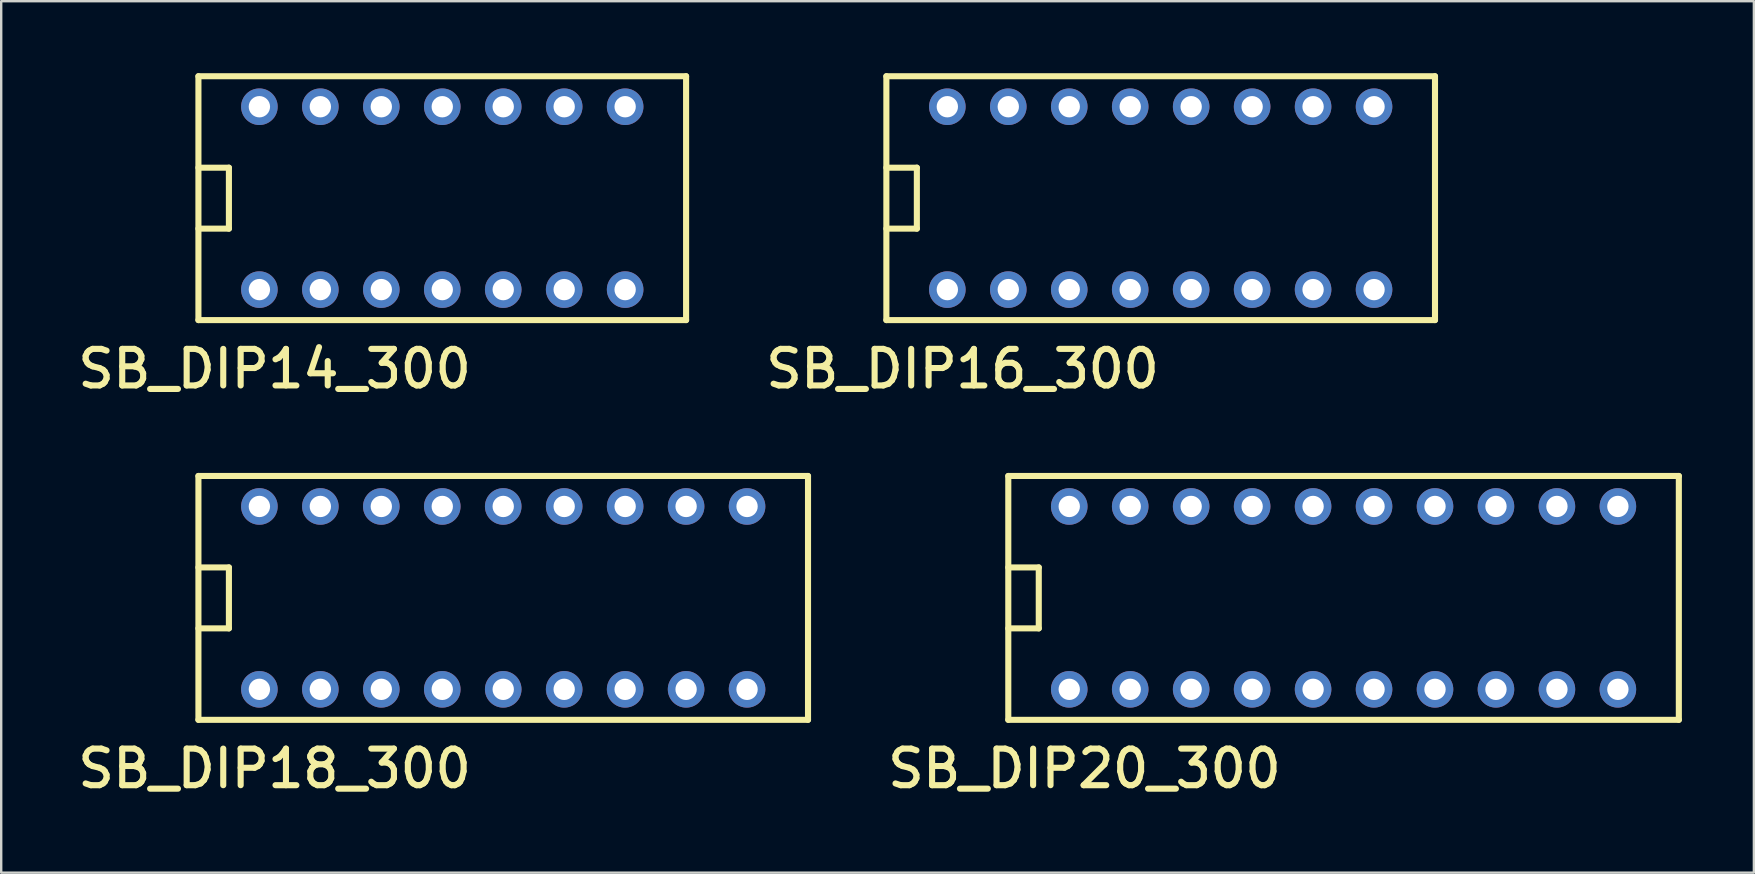
<source format=kicad_pcb>
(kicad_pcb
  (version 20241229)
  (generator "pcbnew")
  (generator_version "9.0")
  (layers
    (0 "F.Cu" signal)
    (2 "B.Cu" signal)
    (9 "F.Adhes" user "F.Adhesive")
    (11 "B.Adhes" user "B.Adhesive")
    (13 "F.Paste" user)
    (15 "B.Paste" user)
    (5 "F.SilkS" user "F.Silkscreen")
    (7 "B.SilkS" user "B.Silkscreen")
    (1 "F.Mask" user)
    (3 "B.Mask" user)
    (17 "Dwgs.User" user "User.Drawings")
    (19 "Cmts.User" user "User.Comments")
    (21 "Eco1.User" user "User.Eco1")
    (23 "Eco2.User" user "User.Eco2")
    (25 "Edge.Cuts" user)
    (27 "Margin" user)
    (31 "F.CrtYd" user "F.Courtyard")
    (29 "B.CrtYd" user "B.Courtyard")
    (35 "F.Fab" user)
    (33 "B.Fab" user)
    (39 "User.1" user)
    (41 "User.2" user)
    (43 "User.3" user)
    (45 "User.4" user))
  (footprint "SB_DIP14_300"
    (layer "F.Cu")
    (at 7.758 9.017)
    (property "Reference" "SB_DIP14_300" (at 0.635 3.302 0) (layer "F.SilkS") (effects (font (size 1.524 1.524) (thickness 0.254))))
    (attr through_hole)
    (fp_line (start -2.54 -8.89) (end -2.54 1.27) (stroke (width 0.254) (type solid)) (layer "F.SilkS"))
    (fp_line (start -2.54 -2.54) (end -1.27 -2.54) (stroke (width 0.254) (type solid)) (layer "F.SilkS"))
    (fp_line (start -2.54 1.27) (end 17.78 1.27) (stroke (width 0.254) (type solid)) (layer "F.SilkS"))
    (fp_line (start -1.27 -5.08) (end -2.54 -5.08) (stroke (width 0.254) (type solid)) (layer "F.SilkS"))
    (fp_line (start -1.27 -2.54) (end -1.27 -5.08) (stroke (width 0.254) (type solid)) (layer "F.SilkS"))
    (fp_line (start 17.78 -8.89) (end -2.54 -8.89) (stroke (width 0.254) (type solid)) (layer "F.SilkS"))
    (fp_line (start 17.78 1.27) (end 17.78 -8.89) (stroke (width 0.254) (type solid)) (layer "F.SilkS"))
    (pad "1" thru_hole circle (at 0 0) (size 1.524 1.524) (drill 0.889) (layers "*.Cu" "*.Mask"))
    (pad "2" thru_hole circle (at 2.54 0) (size 1.524 1.524) (drill 0.889) (layers "*.Cu" "*.Mask"))
    (pad "3" thru_hole circle (at 5.08 0) (size 1.524 1.524) (drill 0.889) (layers "*.Cu" "*.Mask"))
    (pad "4" thru_hole circle (at 7.62 0) (size 1.524 1.524) (drill 0.889) (layers "*.Cu" "*.Mask"))
    (pad "5" thru_hole circle (at 10.16 0) (size 1.524 1.524) (drill 0.889) (layers "*.Cu" "*.Mask"))
    (pad "6" thru_hole circle (at 12.7 0) (size 1.524 1.524) (drill 0.889) (layers "*.Cu" "*.Mask"))
    (pad "7" thru_hole circle (at 15.24 0) (size 1.524 1.524) (drill 0.889) (layers "*.Cu" "*.Mask"))
    (pad "8" thru_hole circle (at 15.24 -7.62) (size 1.524 1.524) (drill 0.889) (layers "*.Cu" "*.Mask"))
    (pad "9" thru_hole circle (at 12.7 -7.62) (size 1.524 1.524) (drill 0.889) (layers "*.Cu" "*.Mask"))
    (pad "10" thru_hole circle (at 10.16 -7.62) (size 1.524 1.524) (drill 0.889) (layers "*.Cu" "*.Mask"))
    (pad "11" thru_hole circle (at 7.62 -7.62) (size 1.524 1.524) (drill 0.889) (layers "*.Cu" "*.Mask"))
    (pad "12" thru_hole circle (at 5.08 -7.62) (size 1.524 1.524) (drill 0.889) (layers "*.Cu" "*.Mask"))
    (pad "13" thru_hole circle (at 2.54 -7.62) (size 1.524 1.524) (drill 0.889) (layers "*.Cu" "*.Mask"))
    (pad "14" thru_hole circle (at 0 -7.62) (size 1.524 1.524) (drill 0.889) (layers "*.Cu" "*.Mask")))
  (footprint "SB_DIP18_300"
    (layer "F.Cu")
    (at 7.758 25.673)
    (property "Reference" "SB_DIP18_300" (at 0.635 3.302 0) (layer "F.SilkS") (effects (font (size 1.524 1.524) (thickness 0.254))))
    (attr through_hole)
    (fp_line (start -2.54 -8.89) (end -2.54 1.27) (stroke (width 0.254) (type solid)) (layer "F.SilkS"))
    (fp_line (start -2.54 -2.54) (end -1.27 -2.54) (stroke (width 0.254) (type solid)) (layer "F.SilkS"))
    (fp_line (start -2.54 1.27) (end 22.86 1.27) (stroke (width 0.254) (type solid)) (layer "F.SilkS"))
    (fp_line (start -1.27 -5.08) (end -2.54 -5.08) (stroke (width 0.254) (type solid)) (layer "F.SilkS"))
    (fp_line (start -1.27 -2.54) (end -1.27 -5.08) (stroke (width 0.254) (type solid)) (layer "F.SilkS"))
    (fp_line (start 22.86 -8.89) (end -2.54 -8.89) (stroke (width 0.254) (type solid)) (layer "F.SilkS"))
    (fp_line (start 22.86 1.27) (end 22.86 -8.89) (stroke (width 0.254) (type solid)) (layer "F.SilkS"))
    (pad "1" thru_hole circle (at 0 0) (size 1.524 1.524) (drill 0.889) (layers "*.Cu" "*.Mask"))
    (pad "2" thru_hole circle (at 2.54 0) (size 1.524 1.524) (drill 0.889) (layers "*.Cu" "*.Mask"))
    (pad "3" thru_hole circle (at 5.08 0) (size 1.524 1.524) (drill 0.889) (layers "*.Cu" "*.Mask"))
    (pad "4" thru_hole circle (at 7.62 0) (size 1.524 1.524) (drill 0.889) (layers "*.Cu" "*.Mask"))
    (pad "5" thru_hole circle (at 10.16 0) (size 1.524 1.524) (drill 0.889) (layers "*.Cu" "*.Mask"))
    (pad "6" thru_hole circle (at 12.7 0) (size 1.524 1.524) (drill 0.889) (layers "*.Cu" "*.Mask"))
    (pad "7" thru_hole circle (at 15.24 0) (size 1.524 1.524) (drill 0.889) (layers "*.Cu" "*.Mask"))
    (pad "8" thru_hole circle (at 17.78 0) (size 1.524 1.524) (drill 0.889) (layers "*.Cu" "*.Mask"))
    (pad "9" thru_hole circle (at 20.32 0) (size 1.524 1.524) (drill 0.889) (layers "*.Cu" "*.Mask"))
    (pad "10" thru_hole circle (at 20.32 -7.62) (size 1.524 1.524) (drill 0.889) (layers "*.Cu" "*.Mask"))
    (pad "11" thru_hole circle (at 17.78 -7.62) (size 1.524 1.524) (drill 0.889) (layers "*.Cu" "*.Mask"))
    (pad "12" thru_hole circle (at 15.24 -7.62) (size 1.524 1.524) (drill 0.889) (layers "*.Cu" "*.Mask"))
    (pad "13" thru_hole circle (at 12.7 -7.62) (size 1.524 1.524) (drill 0.889) (layers "*.Cu" "*.Mask"))
    (pad "14" thru_hole circle (at 10.16 -7.62) (size 1.524 1.524) (drill 0.889) (layers "*.Cu" "*.Mask"))
    (pad "15" thru_hole circle (at 7.62 -7.62) (size 1.524 1.524) (drill 0.889) (layers "*.Cu" "*.Mask"))
    (pad "16" thru_hole circle (at 5.08 -7.62) (size 1.524 1.524) (drill 0.889) (layers "*.Cu" "*.Mask"))
    (pad "17" thru_hole circle (at 2.54 -7.62) (size 1.524 1.524) (drill 0.889) (layers "*.Cu" "*.Mask"))
    (pad "18" thru_hole circle (at 0 -7.62) (size 1.524 1.524) (drill 0.889) (layers "*.Cu" "*.Mask")))
  (footprint "SB_DIP16_300"
    (layer "F.Cu")
    (at 36.423 9.017)
    (property "Reference" "SB_DIP16_300" (at 0.635 3.302 0) (layer "F.SilkS") (effects (font (size 1.524 1.524) (thickness 0.254))))
    (attr through_hole)
    (fp_line (start -2.54 -8.89) (end -2.54 1.27) (stroke (width 0.254) (type solid)) (layer "F.SilkS"))
    (fp_line (start -2.54 -2.54) (end -1.27 -2.54) (stroke (width 0.254) (type solid)) (layer "F.SilkS"))
    (fp_line (start -2.54 1.27) (end 20.32 1.27) (stroke (width 0.254) (type solid)) (layer "F.SilkS"))
    (fp_line (start -1.27 -5.08) (end -2.54 -5.08) (stroke (width 0.254) (type solid)) (layer "F.SilkS"))
    (fp_line (start -1.27 -2.54) (end -1.27 -5.08) (stroke (width 0.254) (type solid)) (layer "F.SilkS"))
    (fp_line (start 20.32 -8.89) (end -2.54 -8.89) (stroke (width 0.254) (type solid)) (layer "F.SilkS"))
    (fp_line (start 20.32 1.27) (end 20.32 -8.89) (stroke (width 0.254) (type solid)) (layer "F.SilkS"))
    (pad "1" thru_hole circle (at 0 0) (size 1.524 1.524) (drill 0.889) (layers "*.Cu" "*.Mask"))
    (pad "2" thru_hole circle (at 2.54 0) (size 1.524 1.524) (drill 0.889) (layers "*.Cu" "*.Mask"))
    (pad "3" thru_hole circle (at 5.08 0) (size 1.524 1.524) (drill 0.889) (layers "*.Cu" "*.Mask"))
    (pad "4" thru_hole circle (at 7.62 0) (size 1.524 1.524) (drill 0.889) (layers "*.Cu" "*.Mask"))
    (pad "5" thru_hole circle (at 10.16 0) (size 1.524 1.524) (drill 0.889) (layers "*.Cu" "*.Mask"))
    (pad "6" thru_hole circle (at 12.7 0) (size 1.524 1.524) (drill 0.889) (layers "*.Cu" "*.Mask"))
    (pad "7" thru_hole circle (at 15.24 0) (size 1.524 1.524) (drill 0.889) (layers "*.Cu" "*.Mask"))
    (pad "8" thru_hole circle (at 17.78 0) (size 1.524 1.524) (drill 0.889) (layers "*.Cu" "*.Mask"))
    (pad "9" thru_hole circle (at 17.78 -7.62) (size 1.524 1.524) (drill 0.889) (layers "*.Cu" "*.Mask"))
    (pad "10" thru_hole circle (at 15.24 -7.62) (size 1.524 1.524) (drill 0.889) (layers "*.Cu" "*.Mask"))
    (pad "11" thru_hole circle (at 12.7 -7.62) (size 1.524 1.524) (drill 0.889) (layers "*.Cu" "*.Mask"))
    (pad "12" thru_hole circle (at 10.16 -7.62) (size 1.524 1.524) (drill 0.889) (layers "*.Cu" "*.Mask"))
    (pad "13" thru_hole circle (at 7.62 -7.62) (size 1.524 1.524) (drill 0.889) (layers "*.Cu" "*.Mask"))
    (pad "14" thru_hole circle (at 5.08 -7.62) (size 1.524 1.524) (drill 0.889) (layers "*.Cu" "*.Mask"))
    (pad "15" thru_hole circle (at 2.54 -7.62) (size 1.524 1.524) (drill 0.889) (layers "*.Cu" "*.Mask"))
    (pad "16" thru_hole circle (at 0 -7.62) (size 1.524 1.524) (drill 0.889) (layers "*.Cu" "*.Mask")))
  (footprint "SB_DIP20_300"
    (layer "F.Cu")
    (at 41.503 25.673)
    (property "Reference" "SB_DIP20_300" (at 0.635 3.302 0) (layer "F.SilkS") (effects (font (size 1.524 1.524) (thickness 0.254))))
    (attr through_hole)
    (fp_line (start -2.54 -8.89) (end -2.54 1.27) (stroke (width 0.254) (type solid)) (layer "F.SilkS"))
    (fp_line (start -2.54 -2.54) (end -1.27 -2.54) (stroke (width 0.254) (type solid)) (layer "F.SilkS"))
    (fp_line (start -2.54 1.27) (end 25.4 1.27) (stroke (width 0.254) (type solid)) (layer "F.SilkS"))
    (fp_line (start -1.27 -5.08) (end -2.54 -5.08) (stroke (width 0.254) (type solid)) (layer "F.SilkS"))
    (fp_line (start -1.27 -2.54) (end -1.27 -5.08) (stroke (width 0.254) (type solid)) (layer "F.SilkS"))
    (fp_line (start 25.4 -8.89) (end -2.54 -8.89) (stroke (width 0.254) (type solid)) (layer "F.SilkS"))
    (fp_line (start 25.4 1.27) (end 25.4 -8.89) (stroke (width 0.254) (type solid)) (layer "F.SilkS"))
    (pad "1" thru_hole circle (at 0 0) (size 1.524 1.524) (drill 0.889) (layers "*.Cu" "*.Mask"))
    (pad "2" thru_hole circle (at 2.54 0) (size 1.524 1.524) (drill 0.889) (layers "*.Cu" "*.Mask"))
    (pad "3" thru_hole circle (at 5.08 0) (size 1.524 1.524) (drill 0.889) (layers "*.Cu" "*.Mask"))
    (pad "4" thru_hole circle (at 7.62 0) (size 1.524 1.524) (drill 0.889) (layers "*.Cu" "*.Mask"))
    (pad "5" thru_hole circle (at 10.16 0) (size 1.524 1.524) (drill 0.889) (layers "*.Cu" "*.Mask"))
    (pad "6" thru_hole circle (at 12.7 0) (size 1.524 1.524) (drill 0.889) (layers "*.Cu" "*.Mask"))
    (pad "7" thru_hole circle (at 15.24 0) (size 1.524 1.524) (drill 0.889) (layers "*.Cu" "*.Mask"))
    (pad "8" thru_hole circle (at 17.78 0) (size 1.524 1.524) (drill 0.889) (layers "*.Cu" "*.Mask"))
    (pad "9" thru_hole circle (at 20.32 0) (size 1.524 1.524) (drill 0.889) (layers "*.Cu" "*.Mask"))
    (pad "10" thru_hole circle (at 22.86 0) (size 1.524 1.524) (drill 0.889) (layers "*.Cu" "*.Mask"))
    (pad "11" thru_hole circle (at 22.86 -7.62) (size 1.524 1.524) (drill 0.889) (layers "*.Cu" "*.Mask"))
    (pad "12" thru_hole circle (at 20.32 -7.62) (size 1.524 1.524) (drill 0.889) (layers "*.Cu" "*.Mask"))
    (pad "13" thru_hole circle (at 17.78 -7.62) (size 1.524 1.524) (drill 0.889) (layers "*.Cu" "*.Mask"))
    (pad "14" thru_hole circle (at 15.24 -7.62) (size 1.524 1.524) (drill 0.889) (layers "*.Cu" "*.Mask"))
    (pad "15" thru_hole circle (at 12.7 -7.62) (size 1.524 1.524) (drill 0.889) (layers "*.Cu" "*.Mask"))
    (pad "16" thru_hole circle (at 10.16 -7.62) (size 1.524 1.524) (drill 0.889) (layers "*.Cu" "*.Mask"))
    (pad "17" thru_hole circle (at 7.62 -7.62) (size 1.524 1.524) (drill 0.889) (layers "*.Cu" "*.Mask"))
    (pad "18" thru_hole circle (at 5.08 -7.62) (size 1.524 1.524) (drill 0.889) (layers "*.Cu" "*.Mask"))
    (pad "19" thru_hole circle (at 2.54 -7.62) (size 1.524 1.524) (drill 0.889) (layers "*.Cu" "*.Mask"))
    (pad "20" thru_hole circle (at 0 -7.62) (size 1.524 1.524) (drill 0.889) (layers "*.Cu" "*.Mask")))
  (gr_rect
    (start -3 -3)
    (end 70.03 33.313)
    (stroke (width 0.1) (type default))
    (fill no)
    (layer "Edge.Cuts")))
</source>
